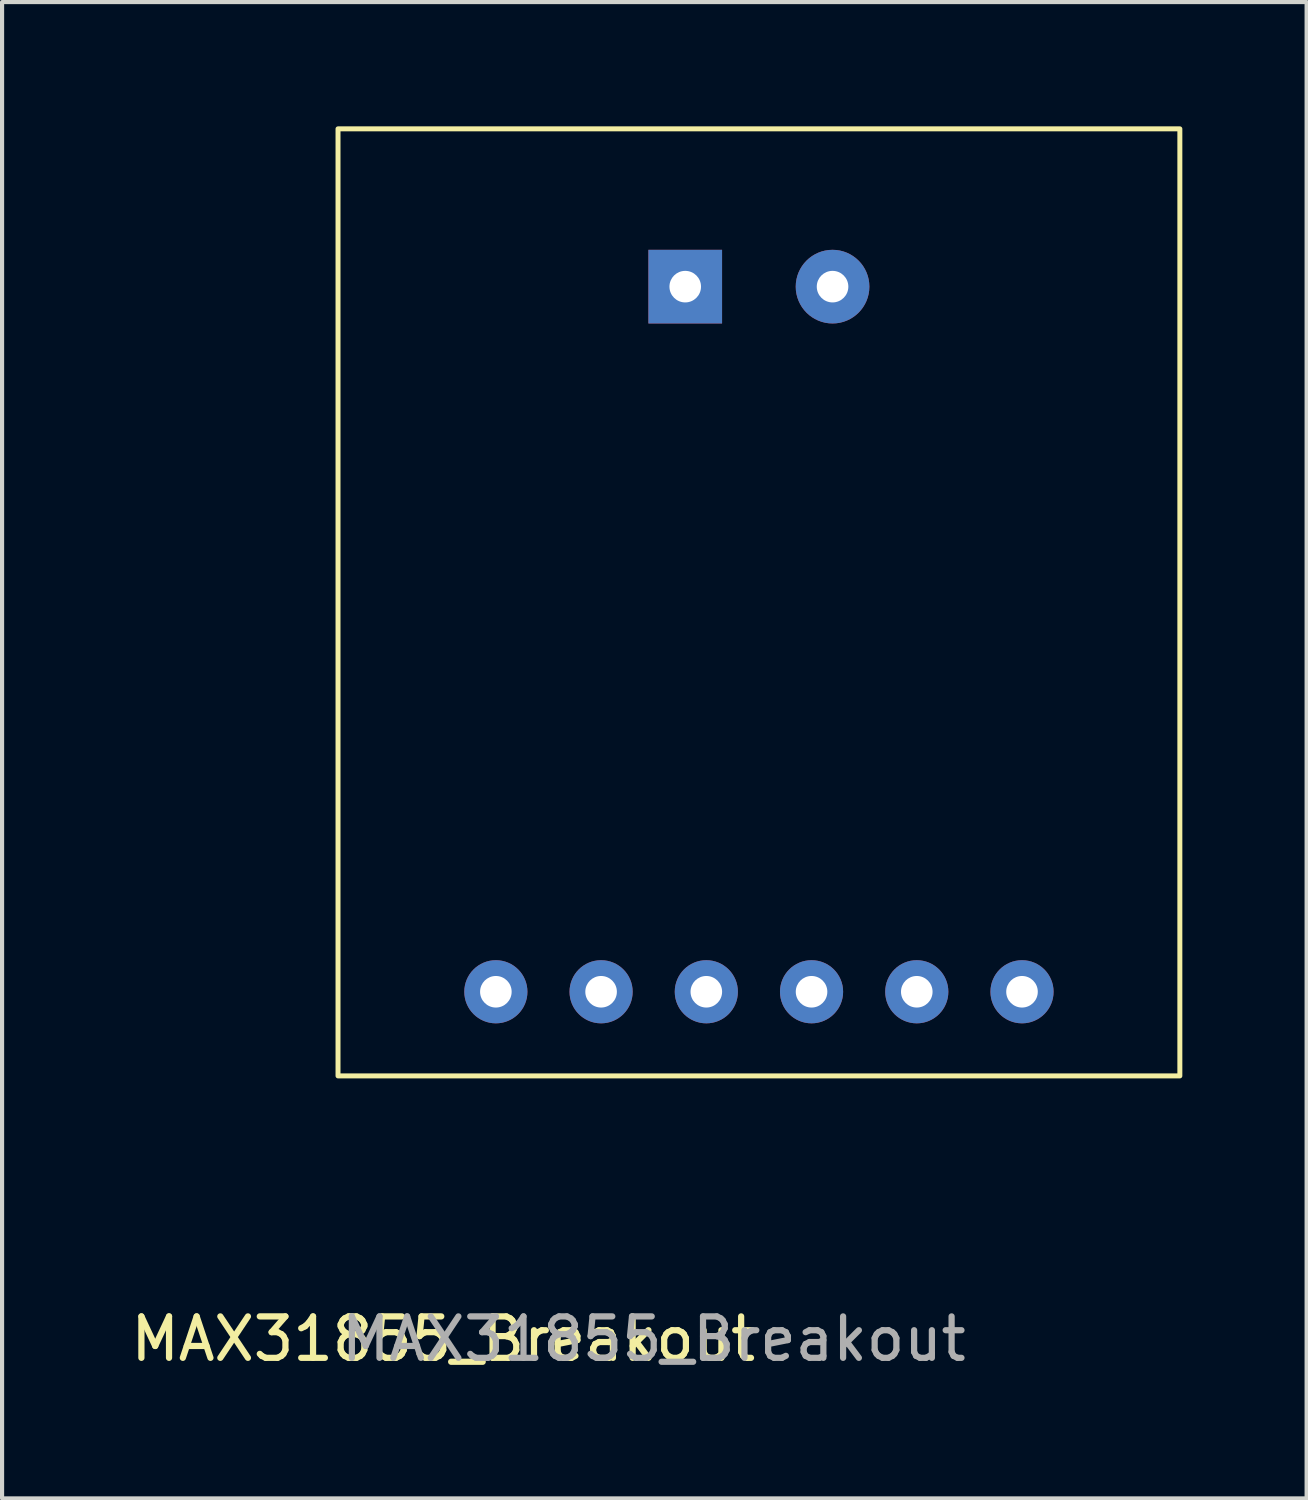
<source format=kicad_pcb>
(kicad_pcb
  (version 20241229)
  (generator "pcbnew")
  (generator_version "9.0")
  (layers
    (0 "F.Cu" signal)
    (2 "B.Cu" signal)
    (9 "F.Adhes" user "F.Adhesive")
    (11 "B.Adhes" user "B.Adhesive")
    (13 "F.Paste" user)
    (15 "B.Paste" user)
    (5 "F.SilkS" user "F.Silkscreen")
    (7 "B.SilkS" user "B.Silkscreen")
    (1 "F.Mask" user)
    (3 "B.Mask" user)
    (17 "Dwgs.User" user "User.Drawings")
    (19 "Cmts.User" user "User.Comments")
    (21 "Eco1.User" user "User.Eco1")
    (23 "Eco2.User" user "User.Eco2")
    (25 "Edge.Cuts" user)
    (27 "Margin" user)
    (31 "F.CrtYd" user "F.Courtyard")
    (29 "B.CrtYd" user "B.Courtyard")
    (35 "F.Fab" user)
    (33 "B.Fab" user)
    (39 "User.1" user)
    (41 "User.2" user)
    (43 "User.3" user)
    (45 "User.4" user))
  (footprint "MAX31855_Breakout"
    (layer "F.Cu")
    (at 15.269 11.49)
    (property "Reference" "MAX31855_Breakout" (at -7.62 17.78 0) (unlocked yes) (layer "F.SilkS") (effects (font (size 1 1) (thickness 0.15))))
    (attr through_hole)
    (fp_rect (start -10.16 11.43) (end 10.16 -11.43) (stroke (width 0.12) (type solid)) (fill no) (layer "F.SilkS"))
    (fp_text user "${REFERENCE}" (at -2.54 17.78 0) (unlocked yes) (layer "F.Fab") (effects (font (size 1 1) (thickness 0.15))))
    (pad "1" thru_hole circle (at -1.27 9.399 90) (size 1.524 1.524) (drill 0.762) (layers "*.Cu" "*.Mask"))
    (pad "2" thru_hole rect (at -1.779 -7.621 90) (size 1.778 1.778) (drill 0.762) (layers "*.Cu" "*.Mask"))
    (pad "3" thru_hole circle (at 1.777 -7.621 90) (size 1.778 1.778) (drill 0.762) (layers "*.Cu" "*.Mask"))
    (pad "4" thru_hole circle (at -6.35 9.399 90) (size 1.524 1.524) (drill 0.762) (layers "*.Cu" "*.Mask"))
    (pad "5" thru_hole circle (at 6.35 9.399 90) (size 1.524 1.524) (drill 0.762) (layers "*.Cu" "*.Mask"))
    (pad "6" thru_hole circle (at 3.81 9.399 90) (size 1.524 1.524) (drill 0.762) (layers "*.Cu" "*.Mask"))
    (pad "7" thru_hole circle (at 1.27 9.399 90) (size 1.524 1.524) (drill 0.762) (layers "*.Cu" "*.Mask"))
    (pad "8" thru_hole circle (at -3.81 9.399 90) (size 1.524 1.524) (drill 0.762) (layers "*.Cu" "*.Mask")))
  (gr_rect
    (start -3 -3)
    (end 28.489 33.118)
    (stroke (width 0.1) (type default))
    (fill no)
    (layer "Edge.Cuts")))
</source>
